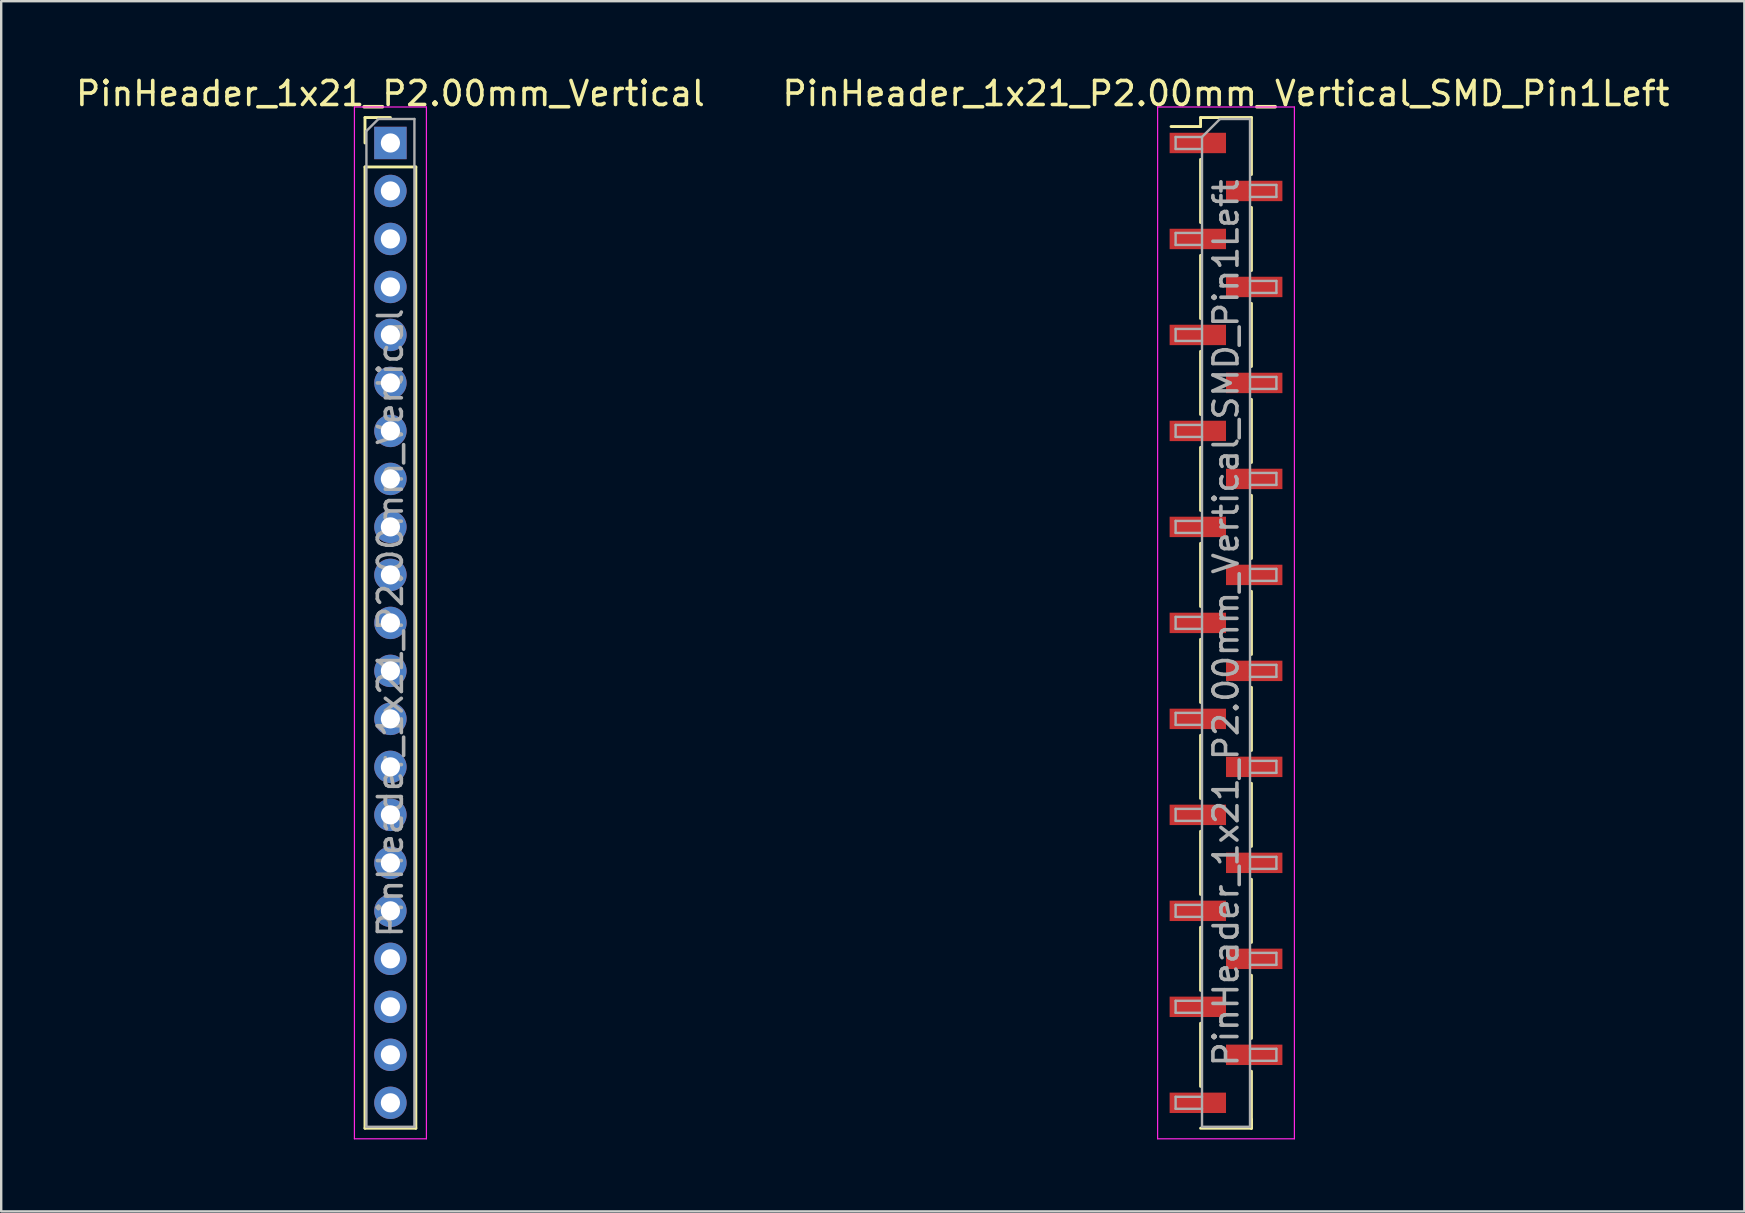
<source format=kicad_pcb>
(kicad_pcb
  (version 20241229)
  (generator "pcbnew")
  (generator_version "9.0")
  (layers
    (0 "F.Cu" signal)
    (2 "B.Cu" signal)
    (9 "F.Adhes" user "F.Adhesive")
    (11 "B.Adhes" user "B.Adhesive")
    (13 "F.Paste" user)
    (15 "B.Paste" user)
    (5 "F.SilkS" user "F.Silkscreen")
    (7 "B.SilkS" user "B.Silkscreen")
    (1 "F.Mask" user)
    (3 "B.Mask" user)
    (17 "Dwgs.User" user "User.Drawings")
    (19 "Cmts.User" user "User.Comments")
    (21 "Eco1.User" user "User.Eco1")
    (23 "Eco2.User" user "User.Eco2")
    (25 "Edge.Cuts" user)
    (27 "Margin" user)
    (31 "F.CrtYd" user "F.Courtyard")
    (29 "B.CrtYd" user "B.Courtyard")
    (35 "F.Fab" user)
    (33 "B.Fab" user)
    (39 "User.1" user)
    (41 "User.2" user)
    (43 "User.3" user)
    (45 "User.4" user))
  (footprint "PinHeader_1x21_P2.00mm_Vertical_SMD_Pin1Left"
    (layer "F.Cu")
    (at 48.042 22.908)
    (property "Reference" "PinHeader_1x21_P2.00mm_Vertical_SMD_Pin1Left" (at 0 -22.06 0) (layer "F.SilkS") (effects (font (size 1 1) (thickness 0.15))))
    (attr smd)
    (fp_line (start -1.06 -21.06) (end -1.06 -20.685) (stroke (width 0.12) (type solid)) (layer "F.SilkS"))
    (fp_line (start -1.06 -21.06) (end 1.06 -21.06) (stroke (width 0.12) (type solid)) (layer "F.SilkS"))
    (fp_line (start -1.06 -20.685) (end -2.29 -20.685) (stroke (width 0.12) (type solid)) (layer "F.SilkS"))
    (fp_line (start -1.06 -19.315) (end -1.06 -16.685) (stroke (width 0.12) (type solid)) (layer "F.SilkS"))
    (fp_line (start -1.06 -15.315) (end -1.06 -12.685) (stroke (width 0.12) (type solid)) (layer "F.SilkS"))
    (fp_line (start -1.06 -11.315) (end -1.06 -8.685) (stroke (width 0.12) (type solid)) (layer "F.SilkS"))
    (fp_line (start -1.06 -7.315) (end -1.06 -4.685) (stroke (width 0.12) (type solid)) (layer "F.SilkS"))
    (fp_line (start -1.06 -3.315) (end -1.06 -0.685) (stroke (width 0.12) (type solid)) (layer "F.SilkS"))
    (fp_line (start -1.06 0.685) (end -1.06 3.315) (stroke (width 0.12) (type solid)) (layer "F.SilkS"))
    (fp_line (start -1.06 4.685) (end -1.06 7.315) (stroke (width 0.12) (type solid)) (layer "F.SilkS"))
    (fp_line (start -1.06 8.685) (end -1.06 11.315) (stroke (width 0.12) (type solid)) (layer "F.SilkS"))
    (fp_line (start -1.06 12.685) (end -1.06 15.315) (stroke (width 0.12) (type solid)) (layer "F.SilkS"))
    (fp_line (start -1.06 16.685) (end -1.06 19.315) (stroke (width 0.12) (type solid)) (layer "F.SilkS"))
    (fp_line (start -1.06 21.06) (end 1.06 21.06) (stroke (width 0.12) (type solid)) (layer "F.SilkS"))
    (fp_line (start 1.06 -21.06) (end 1.06 -18.685) (stroke (width 0.12) (type solid)) (layer "F.SilkS"))
    (fp_line (start 1.06 -17.315) (end 1.06 -14.685) (stroke (width 0.12) (type solid)) (layer "F.SilkS"))
    (fp_line (start 1.06 -13.315) (end 1.06 -10.685) (stroke (width 0.12) (type solid)) (layer "F.SilkS"))
    (fp_line (start 1.06 -9.315) (end 1.06 -6.685) (stroke (width 0.12) (type solid)) (layer "F.SilkS"))
    (fp_line (start 1.06 -5.315) (end 1.06 -2.685) (stroke (width 0.12) (type solid)) (layer "F.SilkS"))
    (fp_line (start 1.06 -1.315) (end 1.06 1.315) (stroke (width 0.12) (type solid)) (layer "F.SilkS"))
    (fp_line (start 1.06 2.685) (end 1.06 5.315) (stroke (width 0.12) (type solid)) (layer "F.SilkS"))
    (fp_line (start 1.06 6.685) (end 1.06 9.315) (stroke (width 0.12) (type solid)) (layer "F.SilkS"))
    (fp_line (start 1.06 10.685) (end 1.06 13.315) (stroke (width 0.12) (type solid)) (layer "F.SilkS"))
    (fp_line (start 1.06 14.685) (end 1.06 17.315) (stroke (width 0.12) (type solid)) (layer "F.SilkS"))
    (fp_line (start 1.06 18.685) (end 1.06 21.06) (stroke (width 0.12) (type solid)) (layer "F.SilkS"))
    (fp_line (start 1.06 20.685) (end 1.06 21.06) (stroke (width 0.12) (type solid)) (layer "F.SilkS"))
    (fp_line (start -2.85 -21.5) (end -2.85 21.5) (stroke (width 0.05) (type solid)) (layer "F.CrtYd"))
    (fp_line (start -2.85 21.5) (end 2.85 21.5) (stroke (width 0.05) (type solid)) (layer "F.CrtYd"))
    (fp_line (start 2.85 -21.5) (end -2.85 -21.5) (stroke (width 0.05) (type solid)) (layer "F.CrtYd"))
    (fp_line (start 2.85 21.5) (end 2.85 -21.5) (stroke (width 0.05) (type solid)) (layer "F.CrtYd"))
    (fp_line (start -2.1 -20.25) (end -2.1 -19.75) (stroke (width 0.1) (type solid)) (layer "F.Fab"))
    (fp_line (start -2.1 -19.75) (end -1 -19.75) (stroke (width 0.1) (type solid)) (layer "F.Fab"))
    (fp_line (start -2.1 -16.25) (end -2.1 -15.75) (stroke (width 0.1) (type solid)) (layer "F.Fab"))
    (fp_line (start -2.1 -15.75) (end -1 -15.75) (stroke (width 0.1) (type solid)) (layer "F.Fab"))
    (fp_line (start -2.1 -12.25) (end -2.1 -11.75) (stroke (width 0.1) (type solid)) (layer "F.Fab"))
    (fp_line (start -2.1 -11.75) (end -1 -11.75) (stroke (width 0.1) (type solid)) (layer "F.Fab"))
    (fp_line (start -2.1 -8.25) (end -2.1 -7.75) (stroke (width 0.1) (type solid)) (layer "F.Fab"))
    (fp_line (start -2.1 -7.75) (end -1 -7.75) (stroke (width 0.1) (type solid)) (layer "F.Fab"))
    (fp_line (start -2.1 -4.25) (end -2.1 -3.75) (stroke (width 0.1) (type solid)) (layer "F.Fab"))
    (fp_line (start -2.1 -3.75) (end -1 -3.75) (stroke (width 0.1) (type solid)) (layer "F.Fab"))
    (fp_line (start -2.1 -0.25) (end -2.1 0.25) (stroke (width 0.1) (type solid)) (layer "F.Fab"))
    (fp_line (start -2.1 0.25) (end -1 0.25) (stroke (width 0.1) (type solid)) (layer "F.Fab"))
    (fp_line (start -2.1 3.75) (end -2.1 4.25) (stroke (width 0.1) (type solid)) (layer "F.Fab"))
    (fp_line (start -2.1 4.25) (end -1 4.25) (stroke (width 0.1) (type solid)) (layer "F.Fab"))
    (fp_line (start -2.1 7.75) (end -2.1 8.25) (stroke (width 0.1) (type solid)) (layer "F.Fab"))
    (fp_line (start -2.1 8.25) (end -1 8.25) (stroke (width 0.1) (type solid)) (layer "F.Fab"))
    (fp_line (start -2.1 11.75) (end -2.1 12.25) (stroke (width 0.1) (type solid)) (layer "F.Fab"))
    (fp_line (start -2.1 12.25) (end -1 12.25) (stroke (width 0.1) (type solid)) (layer "F.Fab"))
    (fp_line (start -2.1 15.75) (end -2.1 16.25) (stroke (width 0.1) (type solid)) (layer "F.Fab"))
    (fp_line (start -2.1 16.25) (end -1 16.25) (stroke (width 0.1) (type solid)) (layer "F.Fab"))
    (fp_line (start -2.1 19.75) (end -2.1 20.25) (stroke (width 0.1) (type solid)) (layer "F.Fab"))
    (fp_line (start -2.1 20.25) (end -1 20.25) (stroke (width 0.1) (type solid)) (layer "F.Fab"))
    (fp_line (start -1 -20.25) (end -2.1 -20.25) (stroke (width 0.1) (type solid)) (layer "F.Fab"))
    (fp_line (start -1 -20.25) (end -0.25 -21) (stroke (width 0.1) (type solid)) (layer "F.Fab"))
    (fp_line (start -1 -16.25) (end -2.1 -16.25) (stroke (width 0.1) (type solid)) (layer "F.Fab"))
    (fp_line (start -1 -12.25) (end -2.1 -12.25) (stroke (width 0.1) (type solid)) (layer "F.Fab"))
    (fp_line (start -1 -8.25) (end -2.1 -8.25) (stroke (width 0.1) (type solid)) (layer "F.Fab"))
    (fp_line (start -1 -4.25) (end -2.1 -4.25) (stroke (width 0.1) (type solid)) (layer "F.Fab"))
    (fp_line (start -1 -0.25) (end -2.1 -0.25) (stroke (width 0.1) (type solid)) (layer "F.Fab"))
    (fp_line (start -1 3.75) (end -2.1 3.75) (stroke (width 0.1) (type solid)) (layer "F.Fab"))
    (fp_line (start -1 7.75) (end -2.1 7.75) (stroke (width 0.1) (type solid)) (layer "F.Fab"))
    (fp_line (start -1 11.75) (end -2.1 11.75) (stroke (width 0.1) (type solid)) (layer "F.Fab"))
    (fp_line (start -1 15.75) (end -2.1 15.75) (stroke (width 0.1) (type solid)) (layer "F.Fab"))
    (fp_line (start -1 19.75) (end -2.1 19.75) (stroke (width 0.1) (type solid)) (layer "F.Fab"))
    (fp_line (start -1 21) (end -1 -20.25) (stroke (width 0.1) (type solid)) (layer "F.Fab"))
    (fp_line (start -0.25 -21) (end 1 -21) (stroke (width 0.1) (type solid)) (layer "F.Fab"))
    (fp_line (start 1 -21) (end 1 21) (stroke (width 0.1) (type solid)) (layer "F.Fab"))
    (fp_line (start 1 -18.25) (end 2.1 -18.25) (stroke (width 0.1) (type solid)) (layer "F.Fab"))
    (fp_line (start 1 -14.25) (end 2.1 -14.25) (stroke (width 0.1) (type solid)) (layer "F.Fab"))
    (fp_line (start 1 -10.25) (end 2.1 -10.25) (stroke (width 0.1) (type solid)) (layer "F.Fab"))
    (fp_line (start 1 -6.25) (end 2.1 -6.25) (stroke (width 0.1) (type solid)) (layer "F.Fab"))
    (fp_line (start 1 -2.25) (end 2.1 -2.25) (stroke (width 0.1) (type solid)) (layer "F.Fab"))
    (fp_line (start 1 1.75) (end 2.1 1.75) (stroke (width 0.1) (type solid)) (layer "F.Fab"))
    (fp_line (start 1 5.75) (end 2.1 5.75) (stroke (width 0.1) (type solid)) (layer "F.Fab"))
    (fp_line (start 1 9.75) (end 2.1 9.75) (stroke (width 0.1) (type solid)) (layer "F.Fab"))
    (fp_line (start 1 13.75) (end 2.1 13.75) (stroke (width 0.1) (type solid)) (layer "F.Fab"))
    (fp_line (start 1 17.75) (end 2.1 17.75) (stroke (width 0.1) (type solid)) (layer "F.Fab"))
    (fp_line (start 1 21) (end -1 21) (stroke (width 0.1) (type solid)) (layer "F.Fab"))
    (fp_line (start 2.1 -18.25) (end 2.1 -17.75) (stroke (width 0.1) (type solid)) (layer "F.Fab"))
    (fp_line (start 2.1 -17.75) (end 1 -17.75) (stroke (width 0.1) (type solid)) (layer "F.Fab"))
    (fp_line (start 2.1 -14.25) (end 2.1 -13.75) (stroke (width 0.1) (type solid)) (layer "F.Fab"))
    (fp_line (start 2.1 -13.75) (end 1 -13.75) (stroke (width 0.1) (type solid)) (layer "F.Fab"))
    (fp_line (start 2.1 -10.25) (end 2.1 -9.75) (stroke (width 0.1) (type solid)) (layer "F.Fab"))
    (fp_line (start 2.1 -9.75) (end 1 -9.75) (stroke (width 0.1) (type solid)) (layer "F.Fab"))
    (fp_line (start 2.1 -6.25) (end 2.1 -5.75) (stroke (width 0.1) (type solid)) (layer "F.Fab"))
    (fp_line (start 2.1 -5.75) (end 1 -5.75) (stroke (width 0.1) (type solid)) (layer "F.Fab"))
    (fp_line (start 2.1 -2.25) (end 2.1 -1.75) (stroke (width 0.1) (type solid)) (layer "F.Fab"))
    (fp_line (start 2.1 -1.75) (end 1 -1.75) (stroke (width 0.1) (type solid)) (layer "F.Fab"))
    (fp_line (start 2.1 1.75) (end 2.1 2.25) (stroke (width 0.1) (type solid)) (layer "F.Fab"))
    (fp_line (start 2.1 2.25) (end 1 2.25) (stroke (width 0.1) (type solid)) (layer "F.Fab"))
    (fp_line (start 2.1 5.75) (end 2.1 6.25) (stroke (width 0.1) (type solid)) (layer "F.Fab"))
    (fp_line (start 2.1 6.25) (end 1 6.25) (stroke (width 0.1) (type solid)) (layer "F.Fab"))
    (fp_line (start 2.1 9.75) (end 2.1 10.25) (stroke (width 0.1) (type solid)) (layer "F.Fab"))
    (fp_line (start 2.1 10.25) (end 1 10.25) (stroke (width 0.1) (type solid)) (layer "F.Fab"))
    (fp_line (start 2.1 13.75) (end 2.1 14.25) (stroke (width 0.1) (type solid)) (layer "F.Fab"))
    (fp_line (start 2.1 14.25) (end 1 14.25) (stroke (width 0.1) (type solid)) (layer "F.Fab"))
    (fp_line (start 2.1 17.75) (end 2.1 18.25) (stroke (width 0.1) (type solid)) (layer "F.Fab"))
    (fp_line (start 2.1 18.25) (end 1 18.25) (stroke (width 0.1) (type solid)) (layer "F.Fab"))
    (fp_text user "${REFERENCE}" (at 0 0 90) (layer "F.Fab") (effects (font (size 1 1) (thickness 0.15))))
    (pad "1" smd rect (at -1.175 -20) (size 2.35 0.85) (layers "F.Cu" "F.Mask" "F.Paste"))
    (pad "2" smd rect (at 1.175 -18) (size 2.35 0.85) (layers "F.Cu" "F.Mask" "F.Paste"))
    (pad "3" smd rect (at -1.175 -16) (size 2.35 0.85) (layers "F.Cu" "F.Mask" "F.Paste"))
    (pad "4" smd rect (at 1.175 -14) (size 2.35 0.85) (layers "F.Cu" "F.Mask" "F.Paste"))
    (pad "5" smd rect (at -1.175 -12) (size 2.35 0.85) (layers "F.Cu" "F.Mask" "F.Paste"))
    (pad "6" smd rect (at 1.175 -10) (size 2.35 0.85) (layers "F.Cu" "F.Mask" "F.Paste"))
    (pad "7" smd rect (at -1.175 -8) (size 2.35 0.85) (layers "F.Cu" "F.Mask" "F.Paste"))
    (pad "8" smd rect (at 1.175 -6) (size 2.35 0.85) (layers "F.Cu" "F.Mask" "F.Paste"))
    (pad "9" smd rect (at -1.175 -4) (size 2.35 0.85) (layers "F.Cu" "F.Mask" "F.Paste"))
    (pad "10" smd rect (at 1.175 -2) (size 2.35 0.85) (layers "F.Cu" "F.Mask" "F.Paste"))
    (pad "11" smd rect (at -1.175 0) (size 2.35 0.85) (layers "F.Cu" "F.Mask" "F.Paste"))
    (pad "12" smd rect (at 1.175 2) (size 2.35 0.85) (layers "F.Cu" "F.Mask" "F.Paste"))
    (pad "13" smd rect (at -1.175 4) (size 2.35 0.85) (layers "F.Cu" "F.Mask" "F.Paste"))
    (pad "14" smd rect (at 1.175 6) (size 2.35 0.85) (layers "F.Cu" "F.Mask" "F.Paste"))
    (pad "15" smd rect (at -1.175 8) (size 2.35 0.85) (layers "F.Cu" "F.Mask" "F.Paste"))
    (pad "16" smd rect (at 1.175 10) (size 2.35 0.85) (layers "F.Cu" "F.Mask" "F.Paste"))
    (pad "17" smd rect (at -1.175 12) (size 2.35 0.85) (layers "F.Cu" "F.Mask" "F.Paste"))
    (pad "18" smd rect (at 1.175 14) (size 2.35 0.85) (layers "F.Cu" "F.Mask" "F.Paste"))
    (pad "19" smd rect (at -1.175 16) (size 2.35 0.85) (layers "F.Cu" "F.Mask" "F.Paste"))
    (pad "20" smd rect (at 1.175 18) (size 2.35 0.85) (layers "F.Cu" "F.Mask" "F.Paste"))
    (pad "21" smd rect (at -1.175 20) (size 2.35 0.85) (layers "F.Cu" "F.Mask" "F.Paste")))
  (footprint "PinHeader_1x21_P2.00mm_Vertical"
    (layer "F.Cu")
    (at 13.22 2.908)
    (property "Reference" "PinHeader_1x21_P2.00mm_Vertical" (at 0 -2.06 0) (layer "F.SilkS") (effects (font (size 1 1) (thickness 0.15))))
    (attr through_hole)
    (fp_line (start -1.06 -1.06) (end 0 -1.06) (stroke (width 0.12) (type solid)) (layer "F.SilkS"))
    (fp_line (start -1.06 0) (end -1.06 -1.06) (stroke (width 0.12) (type solid)) (layer "F.SilkS"))
    (fp_line (start -1.06 1) (end -1.06 41.06) (stroke (width 0.12) (type solid)) (layer "F.SilkS"))
    (fp_line (start -1.06 1) (end 1.06 1) (stroke (width 0.12) (type solid)) (layer "F.SilkS"))
    (fp_line (start -1.06 41.06) (end 1.06 41.06) (stroke (width 0.12) (type solid)) (layer "F.SilkS"))
    (fp_line (start 1.06 1) (end 1.06 41.06) (stroke (width 0.12) (type solid)) (layer "F.SilkS"))
    (fp_line (start -1.5 -1.5) (end -1.5 41.5) (stroke (width 0.05) (type solid)) (layer "F.CrtYd"))
    (fp_line (start -1.5 41.5) (end 1.5 41.5) (stroke (width 0.05) (type solid)) (layer "F.CrtYd"))
    (fp_line (start 1.5 -1.5) (end -1.5 -1.5) (stroke (width 0.05) (type solid)) (layer "F.CrtYd"))
    (fp_line (start 1.5 41.5) (end 1.5 -1.5) (stroke (width 0.05) (type solid)) (layer "F.CrtYd"))
    (fp_line (start -1 -0.5) (end -0.5 -1) (stroke (width 0.1) (type solid)) (layer "F.Fab"))
    (fp_line (start -1 41) (end -1 -0.5) (stroke (width 0.1) (type solid)) (layer "F.Fab"))
    (fp_line (start -0.5 -1) (end 1 -1) (stroke (width 0.1) (type solid)) (layer "F.Fab"))
    (fp_line (start 1 -1) (end 1 41) (stroke (width 0.1) (type solid)) (layer "F.Fab"))
    (fp_line (start 1 41) (end -1 41) (stroke (width 0.1) (type solid)) (layer "F.Fab"))
    (fp_text user "${REFERENCE}" (at 0 20 90) (layer "F.Fab") (effects (font (size 1 1) (thickness 0.15))))
    (pad "1" thru_hole rect (at 0 0) (size 1.35 1.35) (drill 0.8) (layers "*.Cu" "*.Mask"))
    (pad "2" thru_hole oval (at 0 2) (size 1.35 1.35) (drill 0.8) (layers "*.Cu" "*.Mask"))
    (pad "3" thru_hole oval (at 0 4) (size 1.35 1.35) (drill 0.8) (layers "*.Cu" "*.Mask"))
    (pad "4" thru_hole oval (at 0 6) (size 1.35 1.35) (drill 0.8) (layers "*.Cu" "*.Mask"))
    (pad "5" thru_hole oval (at 0 8) (size 1.35 1.35) (drill 0.8) (layers "*.Cu" "*.Mask"))
    (pad "6" thru_hole oval (at 0 10) (size 1.35 1.35) (drill 0.8) (layers "*.Cu" "*.Mask"))
    (pad "7" thru_hole oval (at 0 12) (size 1.35 1.35) (drill 0.8) (layers "*.Cu" "*.Mask"))
    (pad "8" thru_hole oval (at 0 14) (size 1.35 1.35) (drill 0.8) (layers "*.Cu" "*.Mask"))
    (pad "9" thru_hole oval (at 0 16) (size 1.35 1.35) (drill 0.8) (layers "*.Cu" "*.Mask"))
    (pad "10" thru_hole oval (at 0 18) (size 1.35 1.35) (drill 0.8) (layers "*.Cu" "*.Mask"))
    (pad "11" thru_hole oval (at 0 20) (size 1.35 1.35) (drill 0.8) (layers "*.Cu" "*.Mask"))
    (pad "12" thru_hole oval (at 0 22) (size 1.35 1.35) (drill 0.8) (layers "*.Cu" "*.Mask"))
    (pad "13" thru_hole oval (at 0 24) (size 1.35 1.35) (drill 0.8) (layers "*.Cu" "*.Mask"))
    (pad "14" thru_hole oval (at 0 26) (size 1.35 1.35) (drill 0.8) (layers "*.Cu" "*.Mask"))
    (pad "15" thru_hole oval (at 0 28) (size 1.35 1.35) (drill 0.8) (layers "*.Cu" "*.Mask"))
    (pad "16" thru_hole oval (at 0 30) (size 1.35 1.35) (drill 0.8) (layers "*.Cu" "*.Mask"))
    (pad "17" thru_hole oval (at 0 32) (size 1.35 1.35) (drill 0.8) (layers "*.Cu" "*.Mask"))
    (pad "18" thru_hole oval (at 0 34) (size 1.35 1.35) (drill 0.8) (layers "*.Cu" "*.Mask"))
    (pad "19" thru_hole oval (at 0 36) (size 1.35 1.35) (drill 0.8) (layers "*.Cu" "*.Mask"))
    (pad "20" thru_hole oval (at 0 38) (size 1.35 1.35) (drill 0.8) (layers "*.Cu" "*.Mask"))
    (pad "21" thru_hole oval (at 0 40) (size 1.35 1.35) (drill 0.8) (layers "*.Cu" "*.Mask")))
  (gr_rect
    (start -3 -3)
    (end 69.643 47.433)
    (stroke (width 0.1) (type default))
    (fill no)
    (layer "Edge.Cuts")))
</source>
